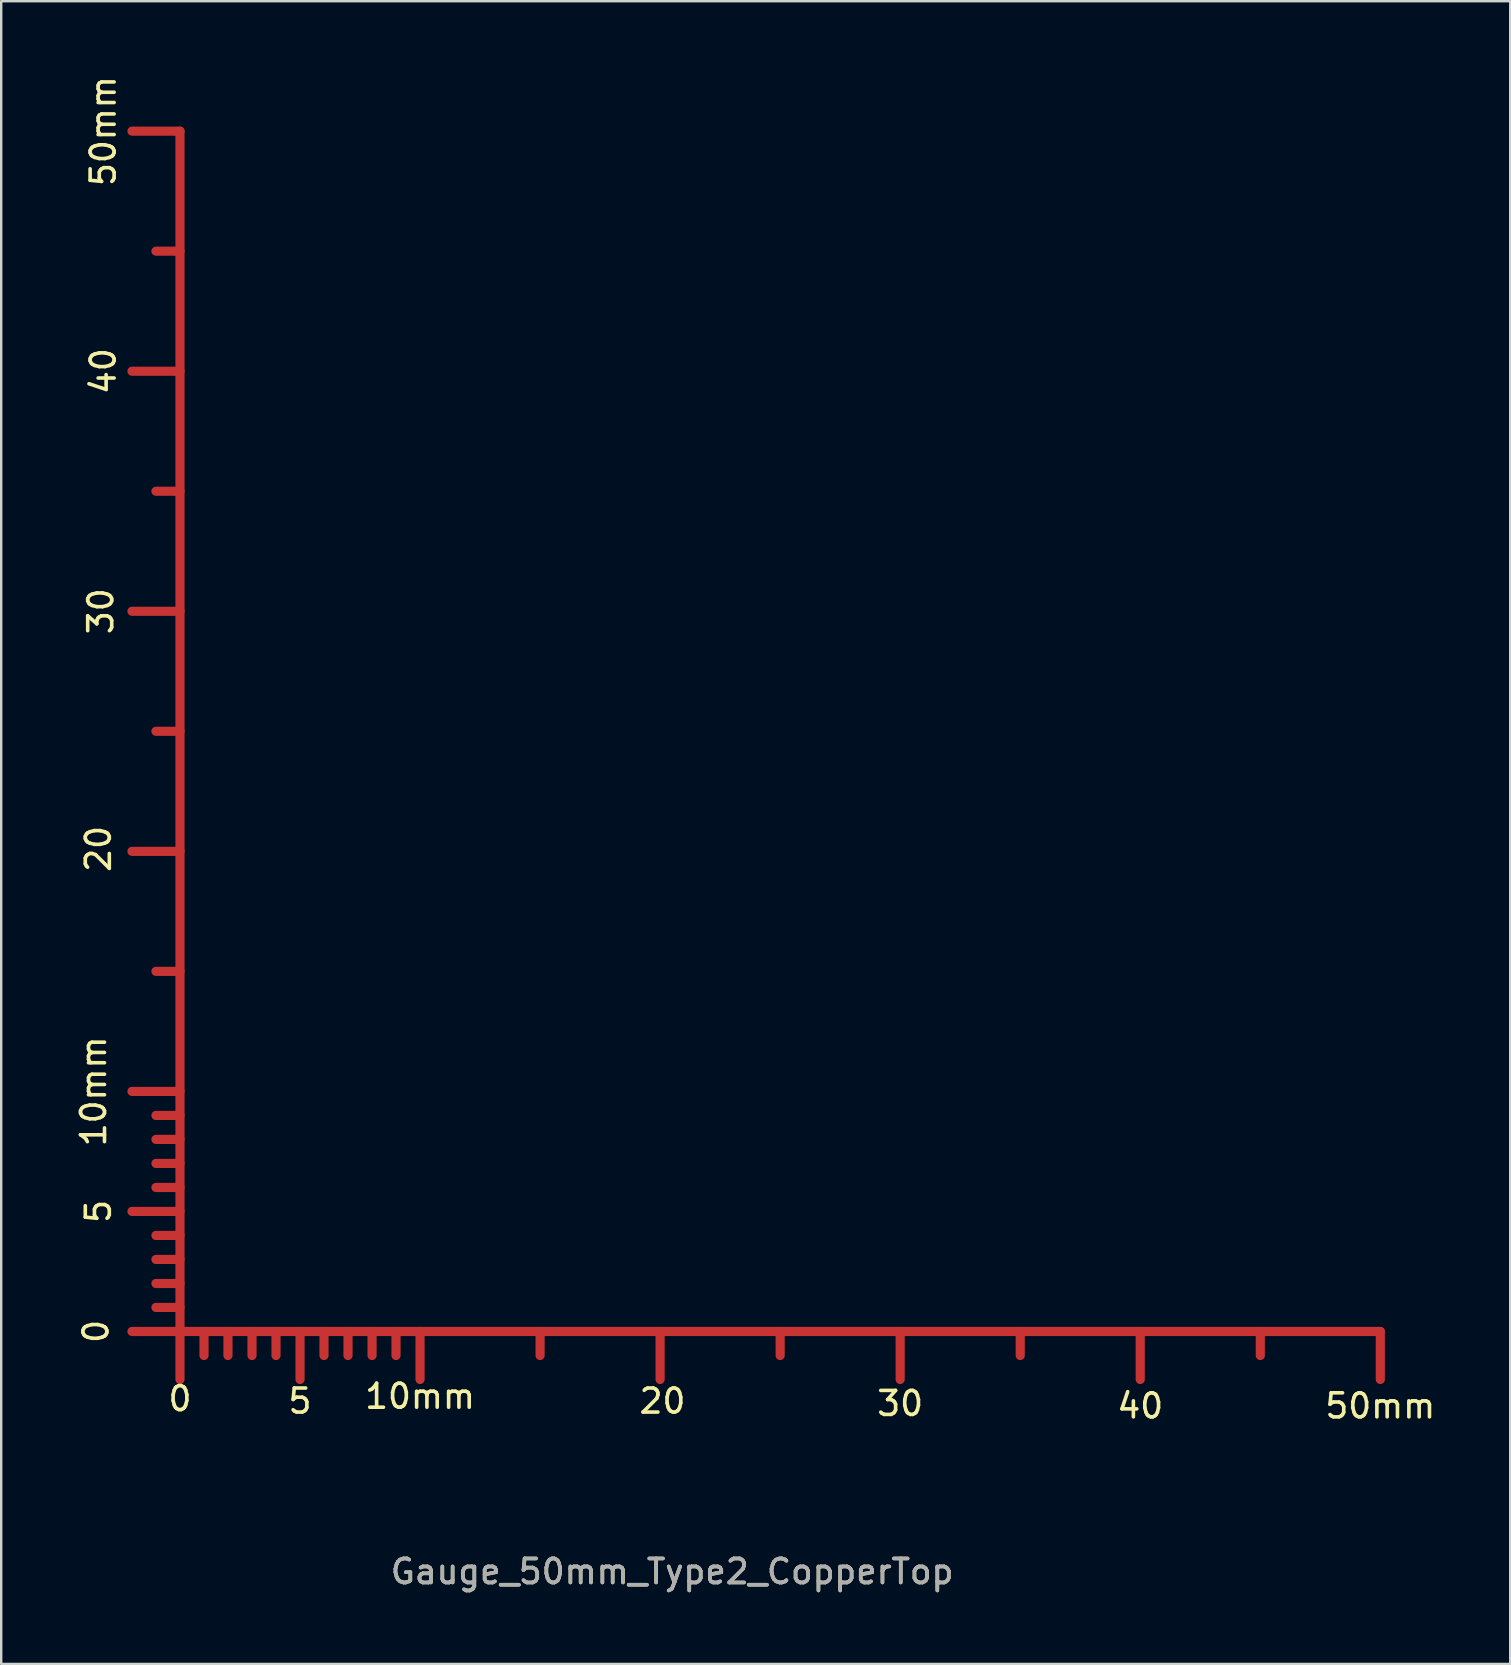
<source format=kicad_pcb>
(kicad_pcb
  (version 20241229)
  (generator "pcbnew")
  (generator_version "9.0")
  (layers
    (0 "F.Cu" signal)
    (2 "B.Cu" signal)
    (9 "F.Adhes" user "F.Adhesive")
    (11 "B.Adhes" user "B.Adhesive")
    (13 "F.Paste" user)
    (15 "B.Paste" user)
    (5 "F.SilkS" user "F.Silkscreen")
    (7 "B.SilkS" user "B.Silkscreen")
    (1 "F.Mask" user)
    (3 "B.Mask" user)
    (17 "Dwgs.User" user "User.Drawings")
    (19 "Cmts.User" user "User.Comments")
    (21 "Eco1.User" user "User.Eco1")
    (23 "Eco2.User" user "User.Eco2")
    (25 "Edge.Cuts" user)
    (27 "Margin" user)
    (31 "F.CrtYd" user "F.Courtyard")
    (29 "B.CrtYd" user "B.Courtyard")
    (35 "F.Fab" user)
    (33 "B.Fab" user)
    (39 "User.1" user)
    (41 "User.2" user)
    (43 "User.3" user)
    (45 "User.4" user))
  (footprint "Gauge_50mm_Type2_CopperTop"
    (layer "F.Cu")
    (at 4.447 52.413)
    (property "Reference" "Gauge_50mm_Type2_CopperTop" (at 20.5 10 0) (layer "F.SilkS") (effects (font (size 1 1) (thickness 0.15))))
    (attr exclude_from_pos_files exclude_from_bom)
    (fp_line (start 0 -50) (end -1.999 -50) (stroke (width 0.381) (type solid)) (layer "F.Cu"))
    (fp_line (start 0 -45.001) (end -1.001 -45.001) (stroke (width 0.381) (type solid)) (layer "F.Cu"))
    (fp_line (start 0 -40) (end -1.999 -40) (stroke (width 0.381) (type solid)) (layer "F.Cu"))
    (fp_line (start 0 -35.001) (end -1.001 -35.001) (stroke (width 0.381) (type solid)) (layer "F.Cu"))
    (fp_line (start 0 -30) (end -1.999 -30) (stroke (width 0.381) (type solid)) (layer "F.Cu"))
    (fp_line (start 0 -25.001) (end -1.001 -25.001) (stroke (width 0.381) (type solid)) (layer "F.Cu"))
    (fp_line (start 0 -20) (end -1.999 -20) (stroke (width 0.381) (type solid)) (layer "F.Cu"))
    (fp_line (start 0 -15.001) (end -1.001 -15.001) (stroke (width 0.381) (type solid)) (layer "F.Cu"))
    (fp_line (start 0 -10) (end -1.999 -10) (stroke (width 0.381) (type solid)) (layer "F.Cu"))
    (fp_line (start 0 -8.999) (end -1.001 -8.999) (stroke (width 0.381) (type solid)) (layer "F.Cu"))
    (fp_line (start 0 -8.001) (end -1.001 -8.001) (stroke (width 0.381) (type solid)) (layer "F.Cu"))
    (fp_line (start 0 -7) (end -1.001 -7) (stroke (width 0.381) (type solid)) (layer "F.Cu"))
    (fp_line (start 0 -5.999) (end -1.001 -5.999) (stroke (width 0.381) (type solid)) (layer "F.Cu"))
    (fp_line (start 0 -5.001) (end -1.999 -5.001) (stroke (width 0.381) (type solid)) (layer "F.Cu"))
    (fp_line (start 0 -4) (end -1.001 -4) (stroke (width 0.381) (type solid)) (layer "F.Cu"))
    (fp_line (start 0 -3) (end -1.001 -3) (stroke (width 0.381) (type solid)) (layer "F.Cu"))
    (fp_line (start 0 -1.999) (end -1.001 -1.999) (stroke (width 0.381) (type solid)) (layer "F.Cu"))
    (fp_line (start 0 -1.001) (end -1.001 -1.001) (stroke (width 0.381) (type solid)) (layer "F.Cu"))
    (fp_line (start 0 0) (end -1.999 0) (stroke (width 0.381) (type solid)) (layer "F.Cu"))
    (fp_line (start 0 0) (end 0 -50) (stroke (width 0.381) (type solid)) (layer "F.Cu"))
    (fp_line (start 0 0) (end 0 1.999) (stroke (width 0.381) (type solid)) (layer "F.Cu"))
    (fp_line (start 0 0) (end 10 0) (stroke (width 0.381) (type solid)) (layer "F.Cu"))
    (fp_line (start 1.001 0) (end 1.001 1.001) (stroke (width 0.381) (type solid)) (layer "F.Cu"))
    (fp_line (start 1.999 0) (end 1.999 1.001) (stroke (width 0.381) (type solid)) (layer "F.Cu"))
    (fp_line (start 3 0) (end 3 1.001) (stroke (width 0.381) (type solid)) (layer "F.Cu"))
    (fp_line (start 4 0) (end 4 1.001) (stroke (width 0.381) (type solid)) (layer "F.Cu"))
    (fp_line (start 5.001 0) (end 5.001 1.999) (stroke (width 0.381) (type solid)) (layer "F.Cu"))
    (fp_line (start 5.999 0) (end 5.999 1.001) (stroke (width 0.381) (type solid)) (layer "F.Cu"))
    (fp_line (start 7 0) (end 7 1.001) (stroke (width 0.381) (type solid)) (layer "F.Cu"))
    (fp_line (start 8.001 0) (end 8.001 1.001) (stroke (width 0.381) (type solid)) (layer "F.Cu"))
    (fp_line (start 8.999 0) (end 8.999 1.001) (stroke (width 0.381) (type solid)) (layer "F.Cu"))
    (fp_line (start 10 0) (end 10 1.999) (stroke (width 0.381) (type solid)) (layer "F.Cu"))
    (fp_line (start 10 0) (end 50 0) (stroke (width 0.381) (type solid)) (layer "F.Cu"))
    (fp_line (start 15.001 0) (end 15.001 1.001) (stroke (width 0.381) (type solid)) (layer "F.Cu"))
    (fp_line (start 20 0) (end 20 1.999) (stroke (width 0.381) (type solid)) (layer "F.Cu"))
    (fp_line (start 25.001 0) (end 25.001 1.001) (stroke (width 0.381) (type solid)) (layer "F.Cu"))
    (fp_line (start 30 0) (end 30 1.999) (stroke (width 0.381) (type solid)) (layer "F.Cu"))
    (fp_line (start 35.001 0) (end 35.001 1.001) (stroke (width 0.381) (type solid)) (layer "F.Cu"))
    (fp_line (start 40 0) (end 40 1.999) (stroke (width 0.381) (type solid)) (layer "F.Cu"))
    (fp_line (start 45.001 0) (end 45.001 1.001) (stroke (width 0.381) (type solid)) (layer "F.Cu"))
    (fp_line (start 50 0) (end 50 1.999) (stroke (width 0.381) (type solid)) (layer "F.Cu"))
    (fp_text user "5" (at 4.999 2.901 0) (layer "F.SilkS") (effects (font (size 1 1) (thickness 0.15))))
    (fp_text user "20" (at 20.099 2.901 0) (layer "F.SilkS") (effects (font (size 1 1) (thickness 0.15))))
    (fp_text user "5" (at -3.399 -5.001 90) (layer "F.SilkS") (effects (font (size 1 1) (thickness 0.15))))
    (fp_text user "40" (at 40 3.101 0) (layer "F.SilkS") (effects (font (size 1 1) (thickness 0.15))))
    (fp_text user "40" (at -3.198 -40.002 90) (layer "F.SilkS") (effects (font (size 1 1) (thickness 0.15))))
    (fp_text user "50mm" (at -3.198 -50.002 90) (layer "F.SilkS") (effects (font (size 1 1) (thickness 0.15))))
    (fp_text user "10mm" (at 10 2.7 0) (layer "F.SilkS") (effects (font (size 1 1) (thickness 0.15))))
    (fp_text user "50mm" (at 50 3.101 0) (layer "F.SilkS") (effects (font (size 1 1) (thickness 0.15))))
    (fp_text user "0" (at 0 2.799 0) (layer "F.SilkS") (effects (font (size 1 1) (thickness 0.15))))
    (fp_text user "30" (at 30 3 0) (layer "F.SilkS") (effects (font (size 1 1) (thickness 0.15))))
    (fp_text user "10mm" (at -3.599 -10.003 90) (layer "F.SilkS") (effects (font (size 1 1) (thickness 0.15))))
    (fp_text user "30" (at -3.299 -30.002 90) (layer "F.SilkS") (effects (font (size 1 1) (thickness 0.15))))
    (fp_text user "20" (at -3.399 -20.102 90) (layer "F.SilkS") (effects (font (size 1 1) (thickness 0.15))))
    (fp_text user "0" (at -3.5 -0.003 90) (layer "F.SilkS") (effects (font (size 1 1) (thickness 0.15))))
    (fp_text user "${REFERENCE}" (at 20.5 10 0) (layer "F.Fab") (effects (font (size 1 1) (thickness 0.15)))))
  (gr_rect
    (start -3 -3)
    (end 59.858 66.261)
    (stroke (width 0.1) (type default))
    (fill no)
    (layer "Edge.Cuts")))
</source>
